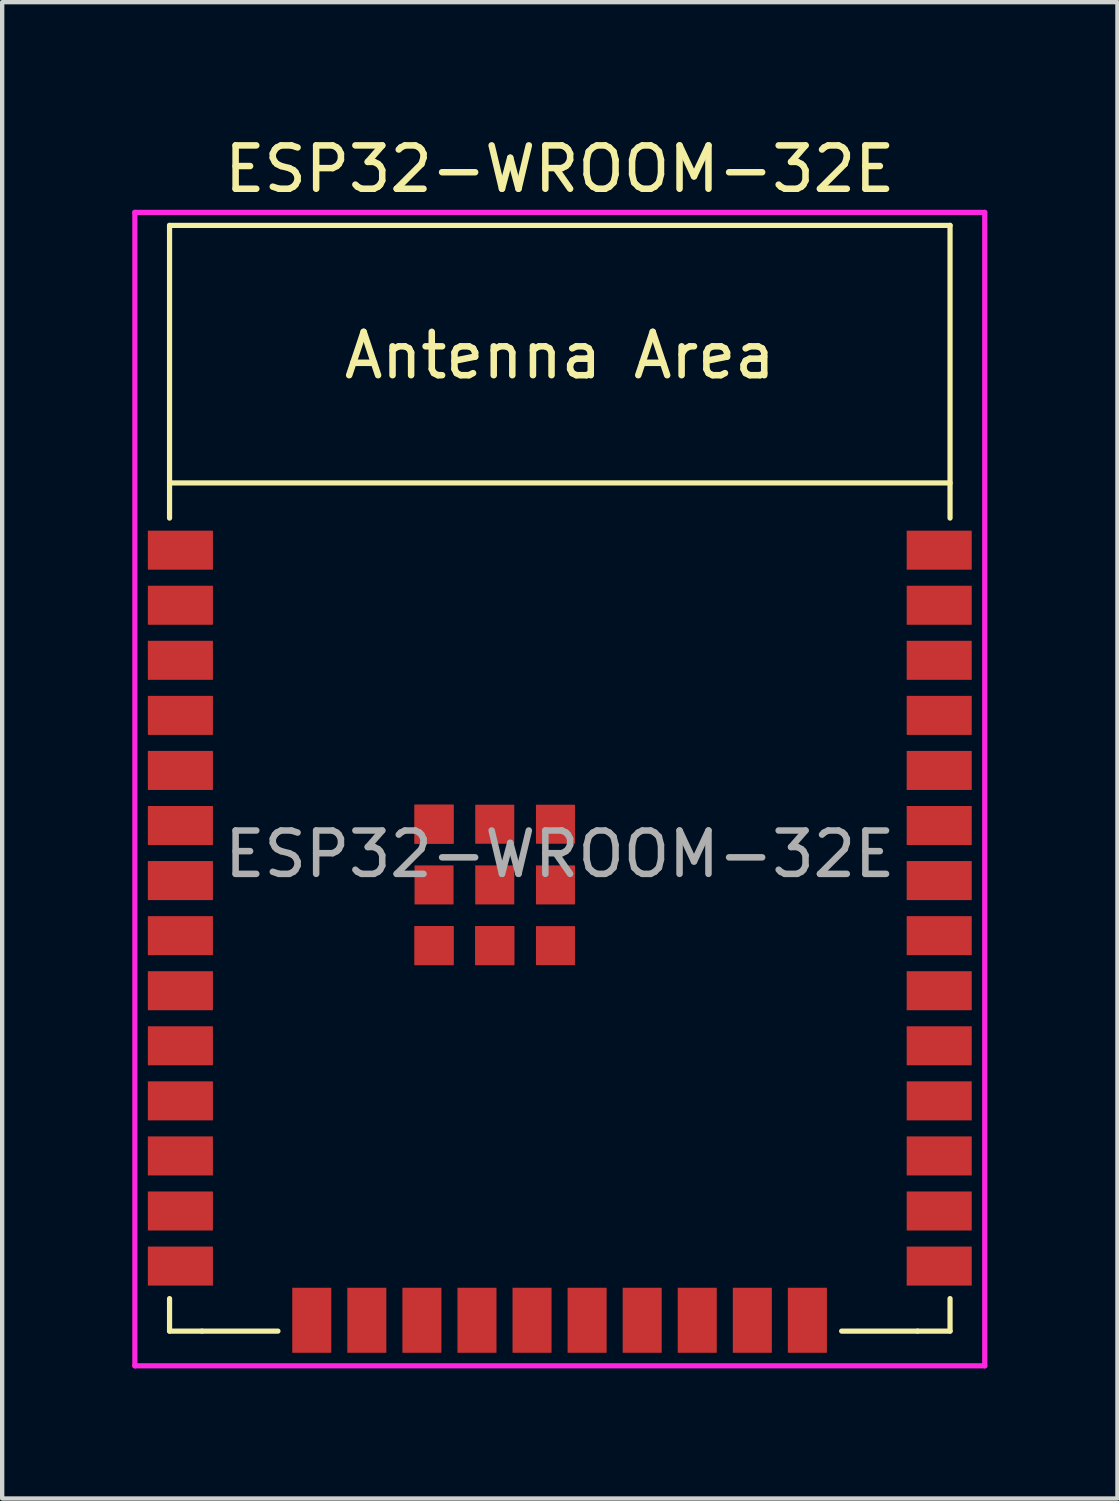
<source format=kicad_pcb>
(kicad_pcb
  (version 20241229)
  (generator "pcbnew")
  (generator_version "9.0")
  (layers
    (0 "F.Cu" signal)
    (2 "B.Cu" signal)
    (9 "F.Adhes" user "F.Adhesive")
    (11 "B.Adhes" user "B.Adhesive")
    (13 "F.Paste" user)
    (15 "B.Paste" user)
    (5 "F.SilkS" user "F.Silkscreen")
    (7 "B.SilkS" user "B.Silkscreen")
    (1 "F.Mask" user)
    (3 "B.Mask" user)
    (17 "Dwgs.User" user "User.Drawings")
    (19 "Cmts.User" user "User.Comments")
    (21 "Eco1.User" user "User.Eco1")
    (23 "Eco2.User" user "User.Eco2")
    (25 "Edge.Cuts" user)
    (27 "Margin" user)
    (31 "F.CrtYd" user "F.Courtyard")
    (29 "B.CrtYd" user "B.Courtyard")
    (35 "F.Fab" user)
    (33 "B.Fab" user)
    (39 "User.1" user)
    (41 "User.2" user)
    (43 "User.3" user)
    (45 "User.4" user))
  (footprint "ESP32-WROOM-32E"
    (layer "F.Cu")
    (at 0.86 27.648)
    (property "Reference" "ESP32-WROOM-32E" (at 9 -26.8 0) (layer "F.SilkS") (effects (font (size 1 1) (thickness 0.15))))
    (attr smd)
    (fp_line (start 0 -25.5) (end 0 -18.75) (stroke (width 0.12) (type solid)) (layer "F.SilkS"))
    (fp_line (start 0 -25.5) (end 18 -25.5) (stroke (width 0.12) (type solid)) (layer "F.SilkS"))
    (fp_line (start 0 -0.75) (end 0 0) (stroke (width 0.12) (type solid)) (layer "F.SilkS"))
    (fp_line (start 0 0) (end 0.75 0) (stroke (width 0.12) (type solid)) (layer "F.SilkS"))
    (fp_line (start 0.75 0) (end 2.5 0) (stroke (width 0.12) (type solid)) (layer "F.SilkS"))
    (fp_line (start 17.25 0) (end 15.5 0) (stroke (width 0.12) (type solid)) (layer "F.SilkS"))
    (fp_line (start 18 -25.5) (end 18 -18.75) (stroke (width 0.12) (type solid)) (layer "F.SilkS"))
    (fp_line (start 18 -19.56) (end 0 -19.56) (stroke (width 0.12) (type solid)) (layer "F.SilkS"))
    (fp_line (start 18 -0.75) (end 18 0) (stroke (width 0.12) (type solid)) (layer "F.SilkS"))
    (fp_line (start 18 0) (end 17.25 0) (stroke (width 0.12) (type solid)) (layer "F.SilkS"))
    (fp_line (start 0 -25.5) (end 18 -25.5) (stroke (width 0.12) (type solid)) (layer "Eco2.User"))
    (fp_line (start 0 -19.56) (end 18 -19.56) (stroke (width 0.12) (type solid)) (layer "Eco2.User"))
    (fp_line (start 0 0) (end 0 -25.5) (stroke (width 0.12) (type solid)) (layer "Eco2.User"))
    (fp_line (start 18 -25.5) (end 18 0) (stroke (width 0.12) (type solid)) (layer "Eco2.User"))
    (fp_line (start 18 0) (end 0 0) (stroke (width 0.12) (type solid)) (layer "Eco2.User"))
    (fp_line (start -0.8 -25.8) (end -0.8 0.8) (stroke (width 0.12) (type solid)) (layer "F.CrtYd"))
    (fp_line (start -0.8 0.8) (end 18.8 0.8) (stroke (width 0.12) (type solid)) (layer "F.CrtYd"))
    (fp_line (start 18.8 -25.8) (end -0.8 -25.8) (stroke (width 0.12) (type solid)) (layer "F.CrtYd"))
    (fp_line (start 18.8 -25.8) (end 18.8 0.8) (stroke (width 0.12) (type solid)) (layer "F.CrtYd"))
    (fp_text user "Antenna Area" (at 9 -22.5 0) (layer "F.SilkS") (effects (font (size 1 1) (thickness 0.15))))
    (fp_text user "Antenna Area" (at 9 -22.5 0) (layer "Eco2.User") (effects (font (size 1 1) (thickness 0.15))))
    (fp_text user "${REFERENCE}" (at 9 -11 0) (layer "F.Fab") (effects (font (size 1 1) (thickness 0.15))))
    (pad "1" smd rect (at 0.25 -18.01) (size 1.5 0.9) (layers "F.Cu" "F.Mask" "F.Paste"))
    (pad "2" smd rect (at 0.25 -16.74) (size 1.5 0.9) (layers "F.Cu" "F.Mask" "F.Paste"))
    (pad "3" smd rect (at 0.25 -15.47) (size 1.5 0.9) (layers "F.Cu" "F.Mask" "F.Paste"))
    (pad "4" smd rect (at 0.25 -14.2) (size 1.5 0.9) (layers "F.Cu" "F.Mask" "F.Paste"))
    (pad "5" smd rect (at 0.25 -12.93) (size 1.5 0.9) (layers "F.Cu" "F.Mask" "F.Paste"))
    (pad "6" smd rect (at 0.25 -11.66) (size 1.5 0.9) (layers "F.Cu" "F.Mask" "F.Paste"))
    (pad "7" smd rect (at 0.25 -10.39) (size 1.5 0.9) (layers "F.Cu" "F.Mask" "F.Paste"))
    (pad "8" smd rect (at 0.25 -9.12) (size 1.5 0.9) (layers "F.Cu" "F.Mask" "F.Paste"))
    (pad "9" smd rect (at 0.25 -7.85) (size 1.5 0.9) (layers "F.Cu" "F.Mask" "F.Paste"))
    (pad "10" smd rect (at 0.25 -6.58) (size 1.5 0.9) (layers "F.Cu" "F.Mask" "F.Paste"))
    (pad "11" smd rect (at 0.25 -5.31) (size 1.5 0.9) (layers "F.Cu" "F.Mask" "F.Paste"))
    (pad "12" smd rect (at 0.25 -4.04) (size 1.5 0.9) (layers "F.Cu" "F.Mask" "F.Paste"))
    (pad "13" smd rect (at 0.25 -2.77) (size 1.5 0.9) (layers "F.Cu" "F.Mask" "F.Paste"))
    (pad "14" smd rect (at 0.25 -1.5) (size 1.5 0.9) (layers "F.Cu" "F.Mask" "F.Paste"))
    (pad "15" smd rect (at 3.28 -0.25 90) (size 1.5 0.9) (layers "F.Cu" "F.Mask" "F.Paste"))
    (pad "16" smd rect (at 4.55 -0.25 90) (size 1.5 0.9) (layers "F.Cu" "F.Mask" "F.Paste"))
    (pad "17" smd rect (at 5.82 -0.25 90) (size 1.5 0.9) (layers "F.Cu" "F.Mask" "F.Paste"))
    (pad "18" smd rect (at 7.09 -0.25 90) (size 1.5 0.9) (layers "F.Cu" "F.Mask" "F.Paste"))
    (pad "19" smd rect (at 8.36 -0.25 90) (size 1.5 0.9) (layers "F.Cu" "F.Mask" "F.Paste"))
    (pad "20" smd rect (at 9.63 -0.25 90) (size 1.5 0.9) (layers "F.Cu" "F.Mask" "F.Paste"))
    (pad "21" smd rect (at 10.9 -0.25 90) (size 1.5 0.9) (layers "F.Cu" "F.Mask" "F.Paste"))
    (pad "22" smd rect (at 12.17 -0.25 90) (size 1.5 0.9) (layers "F.Cu" "F.Mask" "F.Paste"))
    (pad "23" smd rect (at 13.44 -0.25 90) (size 1.5 0.9) (layers "F.Cu" "F.Mask" "F.Paste"))
    (pad "24" smd rect (at 14.71 -0.25 90) (size 1.5 0.9) (layers "F.Cu" "F.Mask" "F.Paste"))
    (pad "25" smd rect (at 17.75 -1.5 180) (size 1.5 0.9) (layers "F.Cu" "F.Mask" "F.Paste"))
    (pad "26" smd rect (at 17.75 -2.77 180) (size 1.5 0.9) (layers "F.Cu" "F.Mask" "F.Paste"))
    (pad "27" smd rect (at 17.75 -4.04 180) (size 1.5 0.9) (layers "F.Cu" "F.Mask" "F.Paste"))
    (pad "28" smd rect (at 17.75 -5.31 180) (size 1.5 0.9) (layers "F.Cu" "F.Mask" "F.Paste"))
    (pad "29" smd rect (at 17.75 -6.58 180) (size 1.5 0.9) (layers "F.Cu" "F.Mask" "F.Paste"))
    (pad "30" smd rect (at 17.75 -7.85 180) (size 1.5 0.9) (layers "F.Cu" "F.Mask" "F.Paste"))
    (pad "31" smd rect (at 17.75 -9.12 180) (size 1.5 0.9) (layers "F.Cu" "F.Mask" "F.Paste"))
    (pad "32" smd rect (at 17.75 -10.39 180) (size 1.5 0.9) (layers "F.Cu" "F.Mask" "F.Paste"))
    (pad "33" smd rect (at 17.75 -11.66 180) (size 1.5 0.9) (layers "F.Cu" "F.Mask" "F.Paste"))
    (pad "34" smd rect (at 17.75 -12.93 180) (size 1.5 0.9) (layers "F.Cu" "F.Mask" "F.Paste"))
    (pad "35" smd rect (at 17.75 -14.2 180) (size 1.5 0.9) (layers "F.Cu" "F.Mask" "F.Paste"))
    (pad "36" smd rect (at 17.75 -15.47 180) (size 1.5 0.9) (layers "F.Cu" "F.Mask" "F.Paste"))
    (pad "37" smd rect (at 17.75 -16.74 180) (size 1.5 0.9) (layers "F.Cu" "F.Mask" "F.Paste"))
    (pad "38" smd rect (at 17.75 -18.01 180) (size 1.5 0.9) (layers "F.Cu" "F.Mask" "F.Paste"))
    (pad "39" smd rect (at 6.1 -11.69 180) (size 0.9 0.9) (layers "F.Cu" "F.Mask" "F.Paste"))
    (pad "39" smd rect (at 6.1 -11.69 180) (size 0.9 0.9) (layers "F.Cu" "F.Mask" "F.Paste"))
    (pad "39" smd rect (at 6.1 -10.29 180) (size 0.9 0.9) (layers "F.Cu" "F.Mask" "F.Paste"))
    (pad "39" smd rect (at 6.1 -8.89 180) (size 0.9 0.9) (layers "F.Cu" "F.Mask" "F.Paste"))
    (pad "39" smd rect (at 6.1 -8.89 180) (size 0.9 0.9) (layers "F.Cu" "F.Mask" "F.Paste"))
    (pad "39" smd rect (at 7.5 -11.69 180) (size 0.9 0.9) (layers "F.Cu" "F.Mask" "F.Paste"))
    (pad "39" smd rect (at 7.5 -10.29 180) (size 0.9 0.9) (layers "F.Cu" "F.Mask" "F.Paste"))
    (pad "39" smd rect (at 7.5 -8.89 180) (size 0.9 0.9) (layers "F.Cu" "F.Mask" "F.Paste"))
    (pad "39" smd rect (at 7.5 -8.89 180) (size 0.9 0.9) (layers "F.Cu" "F.Mask" "F.Paste"))
    (pad "39" smd rect (at 8.9 -11.69 180) (size 0.9 0.9) (layers "F.Cu" "F.Mask" "F.Paste"))
    (pad "39" smd rect (at 8.9 -10.29 180) (size 0.9 0.9) (layers "F.Cu" "F.Mask" "F.Paste"))
    (pad "39" smd rect (at 8.9 -8.89 180) (size 0.9 0.9) (layers "F.Cu" "F.Mask" "F.Paste")))
  (gr_rect
    (start -3 -3)
    (end 22.72 31.508)
    (stroke (width 0.1) (type default))
    (fill no)
    (layer "Edge.Cuts")))
</source>
